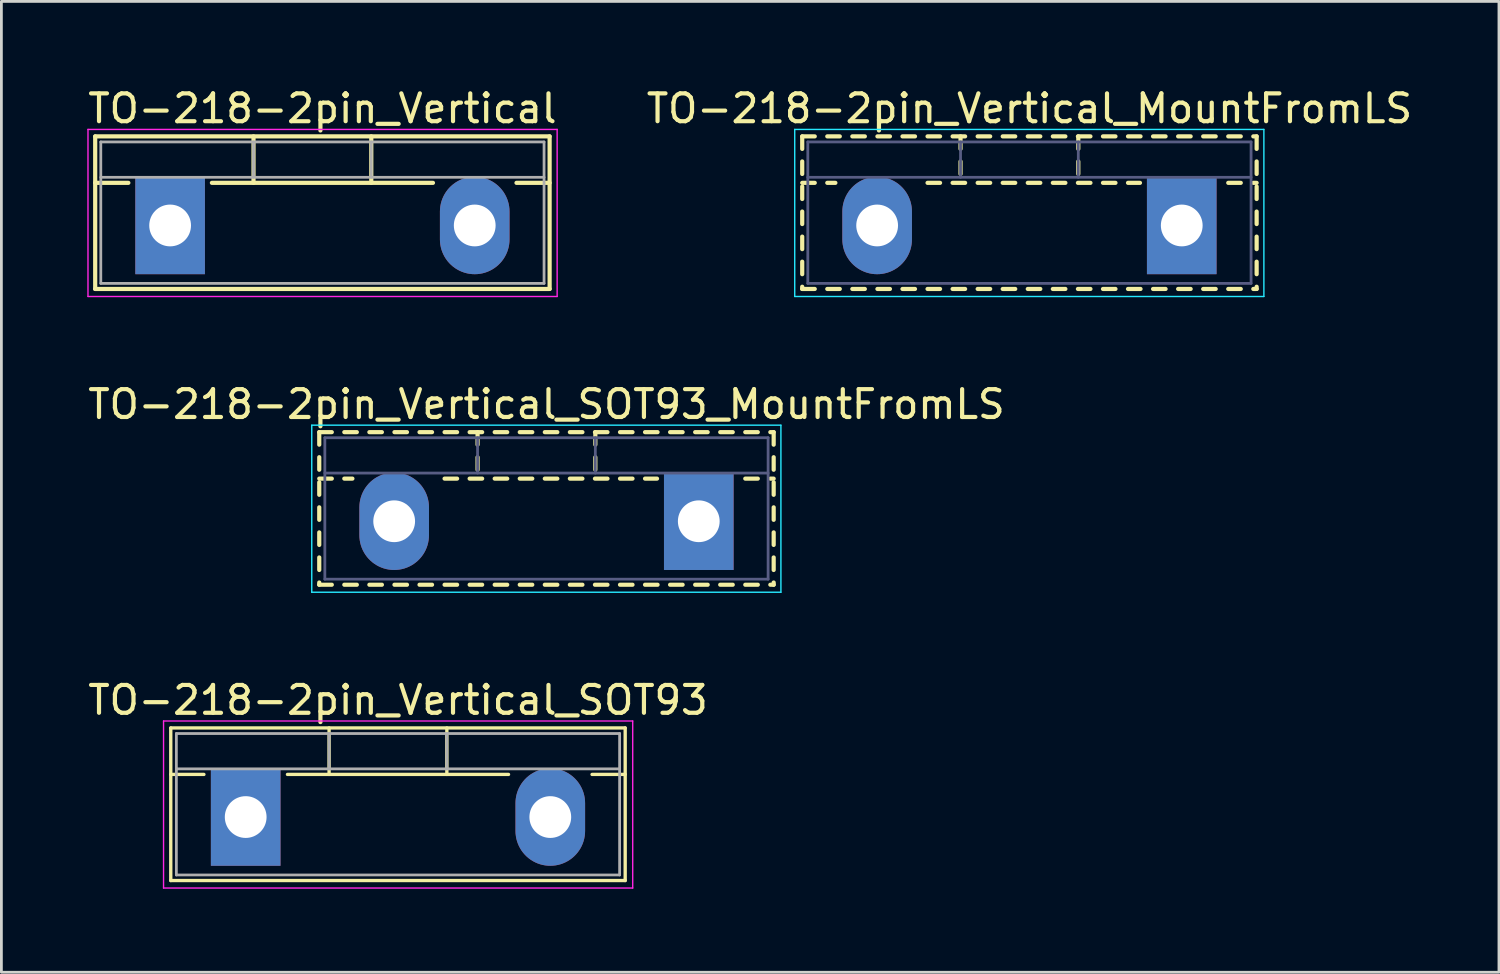
<source format=kicad_pcb>
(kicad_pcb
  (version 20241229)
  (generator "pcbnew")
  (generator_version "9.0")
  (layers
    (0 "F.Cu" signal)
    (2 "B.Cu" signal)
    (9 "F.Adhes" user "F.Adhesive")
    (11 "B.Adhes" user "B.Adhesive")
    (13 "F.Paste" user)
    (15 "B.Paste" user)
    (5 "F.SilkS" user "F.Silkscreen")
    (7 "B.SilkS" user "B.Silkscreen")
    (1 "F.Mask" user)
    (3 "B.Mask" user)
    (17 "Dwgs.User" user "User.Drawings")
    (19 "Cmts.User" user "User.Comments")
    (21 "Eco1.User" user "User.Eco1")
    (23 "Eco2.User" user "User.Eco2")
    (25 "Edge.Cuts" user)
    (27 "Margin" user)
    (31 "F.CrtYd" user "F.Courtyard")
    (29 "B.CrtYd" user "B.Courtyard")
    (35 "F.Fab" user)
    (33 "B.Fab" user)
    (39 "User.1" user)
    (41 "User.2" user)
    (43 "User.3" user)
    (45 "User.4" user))
  (footprint "TO-218-2pin_Vertical"
    (layer "F.Cu")
    (at 3.06 5.048)
    (property "Reference" "TO-218-2pin_Vertical" (at 5.47 -4.2 0) (layer "F.SilkS") (effects (font (size 1 1) (thickness 0.15))))
    (attr through_hole)
    (fp_line (start -2.691 -3.2) (end -2.691 2.28) (stroke (width 0.15) (type solid)) (layer "F.SilkS"))
    (fp_line (start -2.691 -3.2) (end 13.63 -3.2) (stroke (width 0.15) (type solid)) (layer "F.SilkS"))
    (fp_line (start -2.691 -1.531) (end -1.5 -1.531) (stroke (width 0.15) (type solid)) (layer "F.SilkS"))
    (fp_line (start -2.691 2.28) (end 13.63 2.28) (stroke (width 0.15) (type solid)) (layer "F.SilkS"))
    (fp_line (start 1.5 -1.531) (end 9.44 -1.531) (stroke (width 0.15) (type solid)) (layer "F.SilkS"))
    (fp_line (start 2.995 -3.2) (end 2.995 -1.531) (stroke (width 0.15) (type solid)) (layer "F.SilkS"))
    (fp_line (start 7.225 -3.2) (end 7.225 -1.531) (stroke (width 0.15) (type solid)) (layer "F.SilkS"))
    (fp_line (start 12.44 -1.531) (end 13.63 -1.531) (stroke (width 0.15) (type solid)) (layer "F.SilkS"))
    (fp_line (start 13.63 -3.2) (end 13.63 2.28) (stroke (width 0.15) (type solid)) (layer "F.SilkS"))
    (fp_line (start -2.95 -3.45) (end -2.95 2.55) (stroke (width 0.05) (type solid)) (layer "F.CrtYd"))
    (fp_line (start -2.95 2.55) (end 13.9 2.55) (stroke (width 0.05) (type solid)) (layer "F.CrtYd"))
    (fp_line (start 13.9 -3.45) (end -2.95 -3.45) (stroke (width 0.05) (type solid)) (layer "F.CrtYd"))
    (fp_line (start 13.9 2.55) (end 13.9 -3.45) (stroke (width 0.05) (type solid)) (layer "F.CrtYd"))
    (fp_line (start -2.49 -3) (end -2.49 2.08) (stroke (width 0.1) (type solid)) (layer "F.Fab"))
    (fp_line (start -2.49 -1.73) (end 13.43 -1.73) (stroke (width 0.1) (type solid)) (layer "F.Fab"))
    (fp_line (start -2.49 2.08) (end 13.43 2.08) (stroke (width 0.1) (type solid)) (layer "F.Fab"))
    (fp_line (start 2.995 -3) (end 2.995 -1.73) (stroke (width 0.1) (type solid)) (layer "F.Fab"))
    (fp_line (start 7.225 -3) (end 7.225 -1.73) (stroke (width 0.1) (type solid)) (layer "F.Fab"))
    (fp_line (start 13.43 -3) (end -2.49 -3) (stroke (width 0.1) (type solid)) (layer "F.Fab"))
    (fp_line (start 13.43 2.08) (end 13.43 -3) (stroke (width 0.1) (type solid)) (layer "F.Fab"))
    (pad "1" thru_hole rect (at 0 0) (size 2.5 3.5) (drill 1.5) (layers "*.Cu" "*.Mask"))
    (pad "2" thru_hole oval (at 10.94 0) (size 2.5 3.5) (drill 1.5) (layers "*.Cu" "*.Mask")))
  (footprint "TO-218-2pin_Vertical_MountFromLS"
    (layer "F.Cu")
    (at 39.393 5.048)
    (property "Reference" "TO-218-2pin_Vertical_MountFromLS" (at -5.47 -4.2 0) (layer "F.SilkS") (effects (font (size 1 1) (thickness 0.15))))
    (attr through_hole)
    (fp_line (start -13.631 -3.2) (end -13.631 -2.75) (stroke (width 0.15) (type solid)) (layer "F.SilkS"))
    (fp_line (start -13.631 -3.2) (end -13.18 -3.2) (stroke (width 0.15) (type solid)) (layer "F.SilkS"))
    (fp_line (start -13.631 -2.3) (end -13.631 -1.85) (stroke (width 0.15) (type solid)) (layer "F.SilkS"))
    (fp_line (start -13.631 -1.531) (end -13.18 -1.531) (stroke (width 0.15) (type solid)) (layer "F.SilkS"))
    (fp_line (start -13.631 -1.4) (end -13.631 -0.95) (stroke (width 0.15) (type solid)) (layer "F.SilkS"))
    (fp_line (start -13.631 -0.5) (end -13.631 -0.051) (stroke (width 0.15) (type solid)) (layer "F.SilkS"))
    (fp_line (start -13.631 0.4) (end -13.631 0.85) (stroke (width 0.15) (type solid)) (layer "F.SilkS"))
    (fp_line (start -13.631 1.3) (end -13.631 1.75) (stroke (width 0.15) (type solid)) (layer "F.SilkS"))
    (fp_line (start -13.631 2.2) (end -13.631 2.28) (stroke (width 0.15) (type solid)) (layer "F.SilkS"))
    (fp_line (start -13.631 2.28) (end -13.18 2.28) (stroke (width 0.15) (type solid)) (layer "F.SilkS"))
    (fp_line (start -12.731 -3.2) (end -12.281 -3.2) (stroke (width 0.15) (type solid)) (layer "F.SilkS"))
    (fp_line (start -12.731 -1.531) (end -12.44 -1.531) (stroke (width 0.15) (type solid)) (layer "F.SilkS"))
    (fp_line (start -12.731 2.28) (end -12.281 2.28) (stroke (width 0.15) (type solid)) (layer "F.SilkS"))
    (fp_line (start -11.831 -3.2) (end -11.381 -3.2) (stroke (width 0.15) (type solid)) (layer "F.SilkS"))
    (fp_line (start -11.831 2.28) (end -11.381 2.28) (stroke (width 0.15) (type solid)) (layer "F.SilkS"))
    (fp_line (start -10.93 -3.2) (end -10.48 -3.2) (stroke (width 0.15) (type solid)) (layer "F.SilkS"))
    (fp_line (start -10.93 2.28) (end -10.48 2.28) (stroke (width 0.15) (type solid)) (layer "F.SilkS"))
    (fp_line (start -10.03 -3.2) (end -9.58 -3.2) (stroke (width 0.15) (type solid)) (layer "F.SilkS"))
    (fp_line (start -10.03 2.28) (end -9.58 2.28) (stroke (width 0.15) (type solid)) (layer "F.SilkS"))
    (fp_line (start -9.13 -3.2) (end -8.68 -3.2) (stroke (width 0.15) (type solid)) (layer "F.SilkS"))
    (fp_line (start -9.13 -1.531) (end -8.68 -1.531) (stroke (width 0.15) (type solid)) (layer "F.SilkS"))
    (fp_line (start -9.13 2.28) (end -8.68 2.28) (stroke (width 0.15) (type solid)) (layer "F.SilkS"))
    (fp_line (start -8.23 -3.2) (end -7.78 -3.2) (stroke (width 0.15) (type solid)) (layer "F.SilkS"))
    (fp_line (start -8.23 -1.531) (end -7.78 -1.531) (stroke (width 0.15) (type solid)) (layer "F.SilkS"))
    (fp_line (start -8.23 2.28) (end -7.78 2.28) (stroke (width 0.15) (type solid)) (layer "F.SilkS"))
    (fp_line (start -7.945 -3.2) (end -7.945 -2.75) (stroke (width 0.15) (type solid)) (layer "F.SilkS"))
    (fp_line (start -7.945 -2.3) (end -7.945 -1.85) (stroke (width 0.15) (type solid)) (layer "F.SilkS"))
    (fp_line (start -7.33 -3.2) (end -6.88 -3.2) (stroke (width 0.15) (type solid)) (layer "F.SilkS"))
    (fp_line (start -7.33 -1.531) (end -6.88 -1.531) (stroke (width 0.15) (type solid)) (layer "F.SilkS"))
    (fp_line (start -7.33 2.28) (end -6.88 2.28) (stroke (width 0.15) (type solid)) (layer "F.SilkS"))
    (fp_line (start -6.43 -3.2) (end -5.98 -3.2) (stroke (width 0.15) (type solid)) (layer "F.SilkS"))
    (fp_line (start -6.43 -1.531) (end -5.98 -1.531) (stroke (width 0.15) (type solid)) (layer "F.SilkS"))
    (fp_line (start -6.43 2.28) (end -5.98 2.28) (stroke (width 0.15) (type solid)) (layer "F.SilkS"))
    (fp_line (start -5.53 -3.2) (end -5.08 -3.2) (stroke (width 0.15) (type solid)) (layer "F.SilkS"))
    (fp_line (start -5.53 -1.531) (end -5.08 -1.531) (stroke (width 0.15) (type solid)) (layer "F.SilkS"))
    (fp_line (start -5.53 2.28) (end -5.08 2.28) (stroke (width 0.15) (type solid)) (layer "F.SilkS"))
    (fp_line (start -4.63 -3.2) (end -4.179 -3.2) (stroke (width 0.15) (type solid)) (layer "F.SilkS"))
    (fp_line (start -4.63 -1.531) (end -4.179 -1.531) (stroke (width 0.15) (type solid)) (layer "F.SilkS"))
    (fp_line (start -4.63 2.28) (end -4.179 2.28) (stroke (width 0.15) (type solid)) (layer "F.SilkS"))
    (fp_line (start -3.729 -3.2) (end -3.279 -3.2) (stroke (width 0.15) (type solid)) (layer "F.SilkS"))
    (fp_line (start -3.729 -1.531) (end -3.279 -1.531) (stroke (width 0.15) (type solid)) (layer "F.SilkS"))
    (fp_line (start -3.729 2.28) (end -3.279 2.28) (stroke (width 0.15) (type solid)) (layer "F.SilkS"))
    (fp_line (start -3.715 -3.2) (end -3.715 -2.75) (stroke (width 0.15) (type solid)) (layer "F.SilkS"))
    (fp_line (start -3.715 -2.3) (end -3.715 -1.85) (stroke (width 0.15) (type solid)) (layer "F.SilkS"))
    (fp_line (start -2.829 -3.2) (end -2.38 -3.2) (stroke (width 0.15) (type solid)) (layer "F.SilkS"))
    (fp_line (start -2.829 -1.531) (end -2.38 -1.531) (stroke (width 0.15) (type solid)) (layer "F.SilkS"))
    (fp_line (start -2.829 2.28) (end -2.38 2.28) (stroke (width 0.15) (type solid)) (layer "F.SilkS"))
    (fp_line (start -1.93 -3.2) (end -1.48 -3.2) (stroke (width 0.15) (type solid)) (layer "F.SilkS"))
    (fp_line (start -1.93 -1.531) (end -1.5 -1.531) (stroke (width 0.15) (type solid)) (layer "F.SilkS"))
    (fp_line (start -1.93 2.28) (end -1.48 2.28) (stroke (width 0.15) (type solid)) (layer "F.SilkS"))
    (fp_line (start -1.03 -3.2) (end -0.58 -3.2) (stroke (width 0.15) (type solid)) (layer "F.SilkS"))
    (fp_line (start -1.03 2.28) (end -0.58 2.28) (stroke (width 0.15) (type solid)) (layer "F.SilkS"))
    (fp_line (start -0.13 -3.2) (end 0.32 -3.2) (stroke (width 0.15) (type solid)) (layer "F.SilkS"))
    (fp_line (start -0.13 2.28) (end 0.32 2.28) (stroke (width 0.15) (type solid)) (layer "F.SilkS"))
    (fp_line (start 0.77 -3.2) (end 1.22 -3.2) (stroke (width 0.15) (type solid)) (layer "F.SilkS"))
    (fp_line (start 0.77 2.28) (end 1.22 2.28) (stroke (width 0.15) (type solid)) (layer "F.SilkS"))
    (fp_line (start 1.67 -3.2) (end 2.12 -3.2) (stroke (width 0.15) (type solid)) (layer "F.SilkS"))
    (fp_line (start 1.67 -1.531) (end 2.12 -1.531) (stroke (width 0.15) (type solid)) (layer "F.SilkS"))
    (fp_line (start 1.67 2.28) (end 2.12 2.28) (stroke (width 0.15) (type solid)) (layer "F.SilkS"))
    (fp_line (start 2.57 -3.2) (end 2.69 -3.2) (stroke (width 0.15) (type solid)) (layer "F.SilkS"))
    (fp_line (start 2.57 -1.531) (end 2.69 -1.531) (stroke (width 0.15) (type solid)) (layer "F.SilkS"))
    (fp_line (start 2.57 2.28) (end 2.69 2.28) (stroke (width 0.15) (type solid)) (layer "F.SilkS"))
    (fp_line (start 2.69 -3.2) (end 2.69 -2.75) (stroke (width 0.15) (type solid)) (layer "F.SilkS"))
    (fp_line (start 2.69 -2.3) (end 2.69 -1.85) (stroke (width 0.15) (type solid)) (layer "F.SilkS"))
    (fp_line (start 2.69 -1.4) (end 2.69 -0.95) (stroke (width 0.15) (type solid)) (layer "F.SilkS"))
    (fp_line (start 2.69 -0.5) (end 2.69 -0.051) (stroke (width 0.15) (type solid)) (layer "F.SilkS"))
    (fp_line (start 2.69 0.4) (end 2.69 0.85) (stroke (width 0.15) (type solid)) (layer "F.SilkS"))
    (fp_line (start 2.69 1.3) (end 2.69 1.75) (stroke (width 0.15) (type solid)) (layer "F.SilkS"))
    (fp_line (start 2.69 2.2) (end 2.69 2.28) (stroke (width 0.15) (type solid)) (layer "F.SilkS"))
    (fp_line (start -13.9 -3.45) (end -13.9 2.55) (stroke (width 0.05) (type solid)) (layer "B.CrtYd"))
    (fp_line (start -13.9 2.55) (end 2.95 2.55) (stroke (width 0.05) (type solid)) (layer "B.CrtYd"))
    (fp_line (start 2.95 -3.45) (end -13.9 -3.45) (stroke (width 0.05) (type solid)) (layer "B.CrtYd"))
    (fp_line (start 2.95 2.55) (end 2.95 -3.45) (stroke (width 0.05) (type solid)) (layer "B.CrtYd"))
    (fp_line (start -13.43 -3) (end -13.43 2.08) (stroke (width 0.1) (type solid)) (layer "B.Fab"))
    (fp_line (start -13.43 -1.73) (end 2.49 -1.73) (stroke (width 0.1) (type solid)) (layer "B.Fab"))
    (fp_line (start -13.43 2.08) (end 2.49 2.08) (stroke (width 0.1) (type solid)) (layer "B.Fab"))
    (fp_line (start -7.945 -3) (end -7.945 -1.73) (stroke (width 0.1) (type solid)) (layer "B.Fab"))
    (fp_line (start -3.715 -3) (end -3.715 -1.73) (stroke (width 0.1) (type solid)) (layer "B.Fab"))
    (fp_line (start 2.49 -3) (end -13.43 -3) (stroke (width 0.1) (type solid)) (layer "B.Fab"))
    (fp_line (start 2.49 2.08) (end 2.49 -3) (stroke (width 0.1) (type solid)) (layer "B.Fab"))
    (pad "1" thru_hole rect (at 0 0) (size 2.5 3.5) (drill 1.5) (layers "*.Cu" "*.Mask"))
    (pad "2" thru_hole oval (at -10.94 0) (size 2.5 3.5) (drill 1.5) (layers "*.Cu" "*.Mask")))
  (footprint "TO-218-2pin_Vertical_SOT93"
    (layer "F.Cu")
    (at 5.774 26.295)
    (property "Reference" "TO-218-2pin_Vertical_SOT93" (at 5.47 -4.2 0) (layer "F.SilkS") (effects (font (size 1 1) (thickness 0.15))))
    (attr through_hole)
    (fp_line (start -2.691 -3.2) (end -2.691 2.28) (stroke (width 0.12) (type solid)) (layer "F.SilkS"))
    (fp_line (start -2.691 -3.2) (end 13.63 -3.2) (stroke (width 0.12) (type solid)) (layer "F.SilkS"))
    (fp_line (start -2.691 -1.531) (end -1.5 -1.531) (stroke (width 0.12) (type solid)) (layer "F.SilkS"))
    (fp_line (start -2.691 2.28) (end 13.63 2.28) (stroke (width 0.12) (type solid)) (layer "F.SilkS"))
    (fp_line (start 1.5 -1.531) (end 9.44 -1.531) (stroke (width 0.12) (type solid)) (layer "F.SilkS"))
    (fp_line (start 2.995 -3.2) (end 2.995 -1.531) (stroke (width 0.12) (type solid)) (layer "F.SilkS"))
    (fp_line (start 7.225 -3.2) (end 7.225 -1.531) (stroke (width 0.12) (type solid)) (layer "F.SilkS"))
    (fp_line (start 12.44 -1.531) (end 13.63 -1.531) (stroke (width 0.12) (type solid)) (layer "F.SilkS"))
    (fp_line (start 13.63 -3.2) (end 13.63 2.28) (stroke (width 0.12) (type solid)) (layer "F.SilkS"))
    (fp_line (start -2.95 -3.45) (end -2.95 2.55) (stroke (width 0.05) (type solid)) (layer "F.CrtYd"))
    (fp_line (start -2.95 2.55) (end 13.9 2.55) (stroke (width 0.05) (type solid)) (layer "F.CrtYd"))
    (fp_line (start 13.9 -3.45) (end -2.95 -3.45) (stroke (width 0.05) (type solid)) (layer "F.CrtYd"))
    (fp_line (start 13.9 2.55) (end 13.9 -3.45) (stroke (width 0.05) (type solid)) (layer "F.CrtYd"))
    (fp_line (start -2.49 -3) (end -2.49 2.08) (stroke (width 0.1) (type solid)) (layer "F.Fab"))
    (fp_line (start -2.49 -1.73) (end 13.43 -1.73) (stroke (width 0.1) (type solid)) (layer "F.Fab"))
    (fp_line (start -2.49 2.08) (end 13.43 2.08) (stroke (width 0.1) (type solid)) (layer "F.Fab"))
    (fp_line (start 2.995 -3) (end 2.995 -1.73) (stroke (width 0.1) (type solid)) (layer "F.Fab"))
    (fp_line (start 7.225 -3) (end 7.225 -1.73) (stroke (width 0.1) (type solid)) (layer "F.Fab"))
    (fp_line (start 13.43 -3) (end -2.49 -3) (stroke (width 0.1) (type solid)) (layer "F.Fab"))
    (fp_line (start 13.43 2.08) (end 13.43 -3) (stroke (width 0.1) (type solid)) (layer "F.Fab"))
    (pad "1" thru_hole rect (at 0 0) (size 2.5 3.5) (drill 1.5) (layers "*.Cu" "*.Mask"))
    (pad "2" thru_hole oval (at 10.94 0) (size 2.5 3.5) (drill 1.5) (layers "*.Cu" "*.Mask")))
  (footprint "TO-218-2pin_Vertical_SOT93_MountFromLS"
    (layer "F.Cu")
    (at 22.047 15.671)
    (property "Reference" "TO-218-2pin_Vertical_SOT93_MountFromLS" (at -5.47 -4.2 0) (layer "F.SilkS") (effects (font (size 1 1) (thickness 0.15))))
    (attr through_hole)
    (fp_line (start -13.631 -3.2) (end -13.631 -2.75) (stroke (width 0.15) (type solid)) (layer "F.SilkS"))
    (fp_line (start -13.631 -3.2) (end -13.18 -3.2) (stroke (width 0.15) (type solid)) (layer "F.SilkS"))
    (fp_line (start -13.631 -2.3) (end -13.631 -1.85) (stroke (width 0.15) (type solid)) (layer "F.SilkS"))
    (fp_line (start -13.631 -1.531) (end -13.18 -1.531) (stroke (width 0.15) (type solid)) (layer "F.SilkS"))
    (fp_line (start -13.631 -1.4) (end -13.631 -0.95) (stroke (width 0.15) (type solid)) (layer "F.SilkS"))
    (fp_line (start -13.631 -0.5) (end -13.631 -0.051) (stroke (width 0.15) (type solid)) (layer "F.SilkS"))
    (fp_line (start -13.631 0.4) (end -13.631 0.85) (stroke (width 0.15) (type solid)) (layer "F.SilkS"))
    (fp_line (start -13.631 1.3) (end -13.631 1.75) (stroke (width 0.15) (type solid)) (layer "F.SilkS"))
    (fp_line (start -13.631 2.2) (end -13.631 2.28) (stroke (width 0.15) (type solid)) (layer "F.SilkS"))
    (fp_line (start -13.631 2.28) (end -13.18 2.28) (stroke (width 0.15) (type solid)) (layer "F.SilkS"))
    (fp_line (start -12.731 -3.2) (end -12.281 -3.2) (stroke (width 0.15) (type solid)) (layer "F.SilkS"))
    (fp_line (start -12.731 -1.531) (end -12.44 -1.531) (stroke (width 0.15) (type solid)) (layer "F.SilkS"))
    (fp_line (start -12.731 2.28) (end -12.281 2.28) (stroke (width 0.15) (type solid)) (layer "F.SilkS"))
    (fp_line (start -11.831 -3.2) (end -11.381 -3.2) (stroke (width 0.15) (type solid)) (layer "F.SilkS"))
    (fp_line (start -11.831 2.28) (end -11.381 2.28) (stroke (width 0.15) (type solid)) (layer "F.SilkS"))
    (fp_line (start -10.93 -3.2) (end -10.48 -3.2) (stroke (width 0.15) (type solid)) (layer "F.SilkS"))
    (fp_line (start -10.93 2.28) (end -10.48 2.28) (stroke (width 0.15) (type solid)) (layer "F.SilkS"))
    (fp_line (start -10.03 -3.2) (end -9.58 -3.2) (stroke (width 0.15) (type solid)) (layer "F.SilkS"))
    (fp_line (start -10.03 2.28) (end -9.58 2.28) (stroke (width 0.15) (type solid)) (layer "F.SilkS"))
    (fp_line (start -9.13 -3.2) (end -8.68 -3.2) (stroke (width 0.15) (type solid)) (layer "F.SilkS"))
    (fp_line (start -9.13 -1.531) (end -8.68 -1.531) (stroke (width 0.15) (type solid)) (layer "F.SilkS"))
    (fp_line (start -9.13 2.28) (end -8.68 2.28) (stroke (width 0.15) (type solid)) (layer "F.SilkS"))
    (fp_line (start -8.23 -3.2) (end -7.78 -3.2) (stroke (width 0.15) (type solid)) (layer "F.SilkS"))
    (fp_line (start -8.23 -1.531) (end -7.78 -1.531) (stroke (width 0.15) (type solid)) (layer "F.SilkS"))
    (fp_line (start -8.23 2.28) (end -7.78 2.28) (stroke (width 0.15) (type solid)) (layer "F.SilkS"))
    (fp_line (start -7.945 -3.2) (end -7.945 -2.75) (stroke (width 0.15) (type solid)) (layer "F.SilkS"))
    (fp_line (start -7.945 -2.3) (end -7.945 -1.85) (stroke (width 0.15) (type solid)) (layer "F.SilkS"))
    (fp_line (start -7.33 -3.2) (end -6.88 -3.2) (stroke (width 0.15) (type solid)) (layer "F.SilkS"))
    (fp_line (start -7.33 -1.531) (end -6.88 -1.531) (stroke (width 0.15) (type solid)) (layer "F.SilkS"))
    (fp_line (start -7.33 2.28) (end -6.88 2.28) (stroke (width 0.15) (type solid)) (layer "F.SilkS"))
    (fp_line (start -6.43 -3.2) (end -5.98 -3.2) (stroke (width 0.15) (type solid)) (layer "F.SilkS"))
    (fp_line (start -6.43 -1.531) (end -5.98 -1.531) (stroke (width 0.15) (type solid)) (layer "F.SilkS"))
    (fp_line (start -6.43 2.28) (end -5.98 2.28) (stroke (width 0.15) (type solid)) (layer "F.SilkS"))
    (fp_line (start -5.53 -3.2) (end -5.08 -3.2) (stroke (width 0.15) (type solid)) (layer "F.SilkS"))
    (fp_line (start -5.53 -1.531) (end -5.08 -1.531) (stroke (width 0.15) (type solid)) (layer "F.SilkS"))
    (fp_line (start -5.53 2.28) (end -5.08 2.28) (stroke (width 0.15) (type solid)) (layer "F.SilkS"))
    (fp_line (start -4.63 -3.2) (end -4.179 -3.2) (stroke (width 0.15) (type solid)) (layer "F.SilkS"))
    (fp_line (start -4.63 -1.531) (end -4.179 -1.531) (stroke (width 0.15) (type solid)) (layer "F.SilkS"))
    (fp_line (start -4.63 2.28) (end -4.179 2.28) (stroke (width 0.15) (type solid)) (layer "F.SilkS"))
    (fp_line (start -3.729 -3.2) (end -3.279 -3.2) (stroke (width 0.15) (type solid)) (layer "F.SilkS"))
    (fp_line (start -3.729 -1.531) (end -3.279 -1.531) (stroke (width 0.15) (type solid)) (layer "F.SilkS"))
    (fp_line (start -3.729 2.28) (end -3.279 2.28) (stroke (width 0.15) (type solid)) (layer "F.SilkS"))
    (fp_line (start -3.715 -3.2) (end -3.715 -2.75) (stroke (width 0.15) (type solid)) (layer "F.SilkS"))
    (fp_line (start -3.715 -2.3) (end -3.715 -1.85) (stroke (width 0.15) (type solid)) (layer "F.SilkS"))
    (fp_line (start -2.829 -3.2) (end -2.38 -3.2) (stroke (width 0.15) (type solid)) (layer "F.SilkS"))
    (fp_line (start -2.829 -1.531) (end -2.38 -1.531) (stroke (width 0.15) (type solid)) (layer "F.SilkS"))
    (fp_line (start -2.829 2.28) (end -2.38 2.28) (stroke (width 0.15) (type solid)) (layer "F.SilkS"))
    (fp_line (start -1.93 -3.2) (end -1.48 -3.2) (stroke (width 0.15) (type solid)) (layer "F.SilkS"))
    (fp_line (start -1.93 -1.531) (end -1.5 -1.531) (stroke (width 0.15) (type solid)) (layer "F.SilkS"))
    (fp_line (start -1.93 2.28) (end -1.48 2.28) (stroke (width 0.15) (type solid)) (layer "F.SilkS"))
    (fp_line (start -1.03 -3.2) (end -0.58 -3.2) (stroke (width 0.15) (type solid)) (layer "F.SilkS"))
    (fp_line (start -1.03 2.28) (end -0.58 2.28) (stroke (width 0.15) (type solid)) (layer "F.SilkS"))
    (fp_line (start -0.13 -3.2) (end 0.32 -3.2) (stroke (width 0.15) (type solid)) (layer "F.SilkS"))
    (fp_line (start -0.13 2.28) (end 0.32 2.28) (stroke (width 0.15) (type solid)) (layer "F.SilkS"))
    (fp_line (start 0.77 -3.2) (end 1.22 -3.2) (stroke (width 0.15) (type solid)) (layer "F.SilkS"))
    (fp_line (start 0.77 2.28) (end 1.22 2.28) (stroke (width 0.15) (type solid)) (layer "F.SilkS"))
    (fp_line (start 1.67 -3.2) (end 2.12 -3.2) (stroke (width 0.15) (type solid)) (layer "F.SilkS"))
    (fp_line (start 1.67 -1.531) (end 2.12 -1.531) (stroke (width 0.15) (type solid)) (layer "F.SilkS"))
    (fp_line (start 1.67 2.28) (end 2.12 2.28) (stroke (width 0.15) (type solid)) (layer "F.SilkS"))
    (fp_line (start 2.57 -3.2) (end 2.69 -3.2) (stroke (width 0.15) (type solid)) (layer "F.SilkS"))
    (fp_line (start 2.57 -1.531) (end 2.69 -1.531) (stroke (width 0.15) (type solid)) (layer "F.SilkS"))
    (fp_line (start 2.57 2.28) (end 2.69 2.28) (stroke (width 0.15) (type solid)) (layer "F.SilkS"))
    (fp_line (start 2.69 -3.2) (end 2.69 -2.75) (stroke (width 0.15) (type solid)) (layer "F.SilkS"))
    (fp_line (start 2.69 -2.3) (end 2.69 -1.85) (stroke (width 0.15) (type solid)) (layer "F.SilkS"))
    (fp_line (start 2.69 -1.4) (end 2.69 -0.95) (stroke (width 0.15) (type solid)) (layer "F.SilkS"))
    (fp_line (start 2.69 -0.5) (end 2.69 -0.051) (stroke (width 0.15) (type solid)) (layer "F.SilkS"))
    (fp_line (start 2.69 0.4) (end 2.69 0.85) (stroke (width 0.15) (type solid)) (layer "F.SilkS"))
    (fp_line (start 2.69 1.3) (end 2.69 1.75) (stroke (width 0.15) (type solid)) (layer "F.SilkS"))
    (fp_line (start 2.69 2.2) (end 2.69 2.28) (stroke (width 0.15) (type solid)) (layer "F.SilkS"))
    (fp_line (start -13.9 -3.45) (end -13.9 2.55) (stroke (width 0.05) (type solid)) (layer "B.CrtYd"))
    (fp_line (start -13.9 2.55) (end 2.95 2.55) (stroke (width 0.05) (type solid)) (layer "B.CrtYd"))
    (fp_line (start 2.95 -3.45) (end -13.9 -3.45) (stroke (width 0.05) (type solid)) (layer "B.CrtYd"))
    (fp_line (start 2.95 2.55) (end 2.95 -3.45) (stroke (width 0.05) (type solid)) (layer "B.CrtYd"))
    (fp_line (start -13.43 -3) (end -13.43 2.08) (stroke (width 0.1) (type solid)) (layer "B.Fab"))
    (fp_line (start -13.43 -1.73) (end 2.49 -1.73) (stroke (width 0.1) (type solid)) (layer "B.Fab"))
    (fp_line (start -13.43 2.08) (end 2.49 2.08) (stroke (width 0.1) (type solid)) (layer "B.Fab"))
    (fp_line (start -7.945 -3) (end -7.945 -1.73) (stroke (width 0.1) (type solid)) (layer "B.Fab"))
    (fp_line (start -3.715 -3) (end -3.715 -1.73) (stroke (width 0.1) (type solid)) (layer "B.Fab"))
    (fp_line (start 2.49 -3) (end -13.43 -3) (stroke (width 0.1) (type solid)) (layer "B.Fab"))
    (fp_line (start 2.49 2.08) (end 2.49 -3) (stroke (width 0.1) (type solid)) (layer "B.Fab"))
    (pad "1" thru_hole rect (at 0 0) (size 2.5 3.5) (drill 1.5) (layers "*.Cu" "*.Mask"))
    (pad "2" thru_hole oval (at -10.94 0) (size 2.5 3.5) (drill 1.5) (layers "*.Cu" "*.Mask")))
  (gr_rect
    (start -3 -3)
    (end 50.786 31.87)
    (stroke (width 0.1) (type default))
    (fill no)
    (layer "Edge.Cuts")))
</source>
